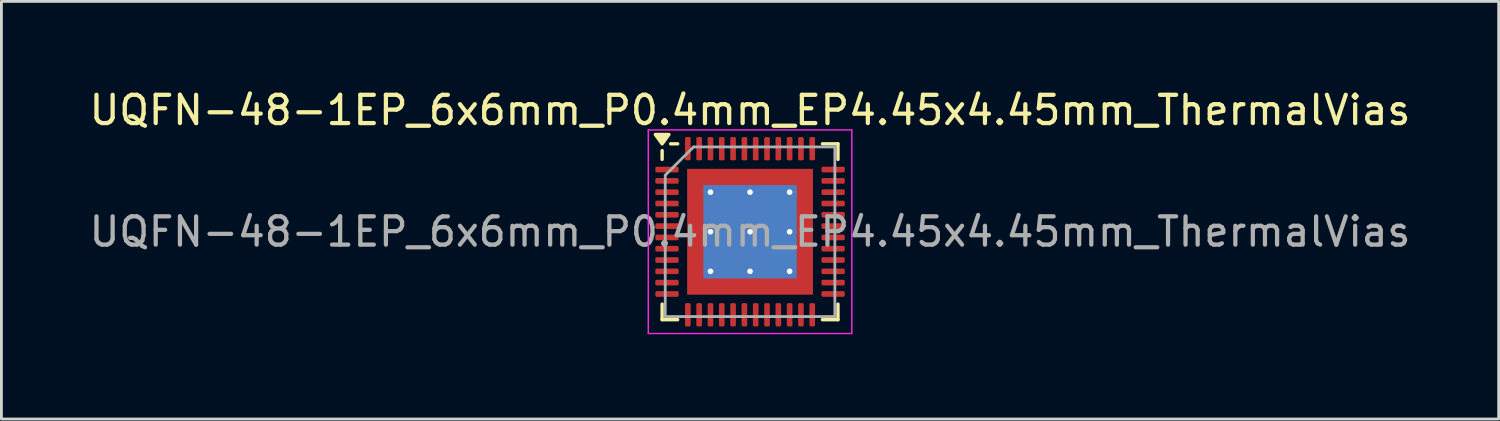
<source format=kicad_pcb>
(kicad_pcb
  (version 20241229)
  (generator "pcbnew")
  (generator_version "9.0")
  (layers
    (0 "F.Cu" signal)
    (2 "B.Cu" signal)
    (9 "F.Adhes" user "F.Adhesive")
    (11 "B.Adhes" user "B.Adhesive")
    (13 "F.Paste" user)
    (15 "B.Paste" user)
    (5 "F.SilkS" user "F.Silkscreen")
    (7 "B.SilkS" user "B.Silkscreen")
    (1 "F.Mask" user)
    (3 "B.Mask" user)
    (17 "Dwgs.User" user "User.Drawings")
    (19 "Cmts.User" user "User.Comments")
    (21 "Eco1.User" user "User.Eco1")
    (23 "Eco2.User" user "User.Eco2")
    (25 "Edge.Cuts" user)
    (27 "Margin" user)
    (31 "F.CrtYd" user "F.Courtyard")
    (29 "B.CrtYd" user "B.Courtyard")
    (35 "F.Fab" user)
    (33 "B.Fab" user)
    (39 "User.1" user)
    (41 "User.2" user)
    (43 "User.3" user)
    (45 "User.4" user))
  (footprint "UQFN-48-1EP_6x6mm_P0.4mm_EP4.45x4.45mm_ThermalVias"
    (layer "F.Cu")
    (at 23.482 5.148)
    (property "Reference" "UQFN-48-1EP_6x6mm_P0.4mm_EP4.45x4.45mm_ThermalVias" (at 0 -4.3 0) (layer "F.SilkS") (effects (font (size 1 1) (thickness 0.15))))
    (attr smd)
    (fp_line (start -3.11 -2.56) (end -3.11 -2.87) (stroke (width 0.12) (type solid)) (layer "F.SilkS"))
    (fp_line (start -3.11 3.11) (end -3.11 2.56) (stroke (width 0.12) (type solid)) (layer "F.SilkS"))
    (fp_line (start -2.56 -3.11) (end -2.81 -3.11) (stroke (width 0.12) (type solid)) (layer "F.SilkS"))
    (fp_line (start -2.56 3.11) (end -3.11 3.11) (stroke (width 0.12) (type solid)) (layer "F.SilkS"))
    (fp_line (start 2.56 -3.11) (end 3.11 -3.11) (stroke (width 0.12) (type solid)) (layer "F.SilkS"))
    (fp_line (start 2.56 3.11) (end 3.11 3.11) (stroke (width 0.12) (type solid)) (layer "F.SilkS"))
    (fp_line (start 3.11 -3.11) (end 3.11 -2.56) (stroke (width 0.12) (type solid)) (layer "F.SilkS"))
    (fp_line (start 3.11 3.11) (end 3.11 2.56) (stroke (width 0.12) (type solid)) (layer "F.SilkS"))
    (fp_poly (pts (xy -3.11 -3.11) (xy -3.35 -3.44) (xy -2.87 -3.44) (xy -3.11 -3.11)) (stroke (width 0.12) (type solid)) (fill yes) (layer "F.SilkS"))
    (fp_line (start -3.6 -3.6) (end -3.6 3.6) (stroke (width 0.05) (type solid)) (layer "F.CrtYd"))
    (fp_line (start -3.6 3.6) (end 3.6 3.6) (stroke (width 0.05) (type solid)) (layer "F.CrtYd"))
    (fp_line (start 3.6 -3.6) (end -3.6 -3.6) (stroke (width 0.05) (type solid)) (layer "F.CrtYd"))
    (fp_line (start 3.6 3.6) (end 3.6 -3.6) (stroke (width 0.05) (type solid)) (layer "F.CrtYd"))
    (fp_line (start -3 -2) (end -2 -3) (stroke (width 0.1) (type solid)) (layer "F.Fab"))
    (fp_line (start -3 3) (end -3 -2) (stroke (width 0.1) (type solid)) (layer "F.Fab"))
    (fp_line (start -2 -3) (end 3 -3) (stroke (width 0.1) (type solid)) (layer "F.Fab"))
    (fp_line (start 3 -3) (end 3 3) (stroke (width 0.1) (type solid)) (layer "F.Fab"))
    (fp_line (start 3 3) (end -3 3) (stroke (width 0.1) (type solid)) (layer "F.Fab"))
    (fp_text user "${REFERENCE}" (at 0 0 0) (layer "F.Fab") (effects (font (size 1 1) (thickness 0.15))))
    (pad "" smd custom (at -1.812 -1.812) (size 0.578 0.578) (layers "F.Paste") (options (anchor circle)) (primitives (gr_poly (pts (xy -0.246 -0.246) (xy 0.246 -0.246) (xy 0.246 0.174) (xy 0.174 0.246) (xy -0.246 0.246)) (width 0.174) (fill yes))))
    (pad "" smd roundrect (at -1.812 -0.7) (size 0.665 1.129) (layers "F.Paste") (roundrect_rratio 0.25))
    (pad "" smd roundrect (at -1.812 0.7) (size 0.665 1.129) (layers "F.Paste") (roundrect_rratio 0.25))
    (pad "" smd custom (at -1.812 1.812) (size 0.578 0.578) (layers "F.Paste") (options (anchor circle)) (primitives (gr_poly (pts (xy -0.246 -0.246) (xy 0.174 -0.246) (xy 0.246 -0.174) (xy 0.246 0.246) (xy -0.246 0.246)) (width 0.174) (fill yes))))
    (pad "" smd roundrect (at -0.7 -1.812) (size 1.129 0.665) (layers "F.Paste") (roundrect_rratio 0.25))
    (pad "" smd roundrect (at -0.7 -0.7) (size 1.129 1.129) (layers "F.Paste") (roundrect_rratio 0.221))
    (pad "" smd roundrect (at -0.7 0.7) (size 1.129 1.129) (layers "F.Paste") (roundrect_rratio 0.221))
    (pad "" smd roundrect (at -0.7 1.812) (size 1.129 0.665) (layers "F.Paste") (roundrect_rratio 0.25))
    (pad "" smd roundrect (at 0.7 -1.812) (size 1.129 0.665) (layers "F.Paste") (roundrect_rratio 0.25))
    (pad "" smd roundrect (at 0.7 -0.7) (size 1.129 1.129) (layers "F.Paste") (roundrect_rratio 0.221))
    (pad "" smd roundrect (at 0.7 0.7) (size 1.129 1.129) (layers "F.Paste") (roundrect_rratio 0.221))
    (pad "" smd roundrect (at 0.7 1.812) (size 1.129 0.665) (layers "F.Paste") (roundrect_rratio 0.25))
    (pad "" smd custom (at 1.812 -1.812) (size 0.578 0.578) (layers "F.Paste") (options (anchor circle)) (primitives (gr_poly (pts (xy -0.246 -0.246) (xy 0.246 -0.246) (xy 0.246 0.246) (xy -0.174 0.246) (xy -0.246 0.174)) (width 0.174) (fill yes))))
    (pad "" smd roundrect (at 1.812 -0.7) (size 0.665 1.129) (layers "F.Paste") (roundrect_rratio 0.25))
    (pad "" smd roundrect (at 1.812 0.7) (size 0.665 1.129) (layers "F.Paste") (roundrect_rratio 0.25))
    (pad "" smd custom (at 1.812 1.812) (size 0.578 0.578) (layers "F.Paste") (options (anchor circle)) (primitives (gr_poly (pts (xy -0.246 -0.174) (xy -0.174 -0.246) (xy 0.246 -0.246) (xy 0.246 0.246) (xy -0.246 0.246)) (width 0.174) (fill yes))))
    (pad "1" smd roundrect (at -2.938 -2.2) (size 0.825 0.2) (layers "F.Cu" "F.Mask" "F.Paste") (roundrect_rratio 0.25))
    (pad "2" smd roundrect (at -2.938 -1.8) (size 0.825 0.2) (layers "F.Cu" "F.Mask" "F.Paste") (roundrect_rratio 0.25))
    (pad "3" smd roundrect (at -2.938 -1.4) (size 0.825 0.2) (layers "F.Cu" "F.Mask" "F.Paste") (roundrect_rratio 0.25))
    (pad "4" smd roundrect (at -2.938 -1) (size 0.825 0.2) (layers "F.Cu" "F.Mask" "F.Paste") (roundrect_rratio 0.25))
    (pad "5" smd roundrect (at -2.938 -0.6) (size 0.825 0.2) (layers "F.Cu" "F.Mask" "F.Paste") (roundrect_rratio 0.25))
    (pad "6" smd roundrect (at -2.938 -0.2) (size 0.825 0.2) (layers "F.Cu" "F.Mask" "F.Paste") (roundrect_rratio 0.25))
    (pad "7" smd roundrect (at -2.938 0.2) (size 0.825 0.2) (layers "F.Cu" "F.Mask" "F.Paste") (roundrect_rratio 0.25))
    (pad "8" smd roundrect (at -2.938 0.6) (size 0.825 0.2) (layers "F.Cu" "F.Mask" "F.Paste") (roundrect_rratio 0.25))
    (pad "9" smd roundrect (at -2.938 1) (size 0.825 0.2) (layers "F.Cu" "F.Mask" "F.Paste") (roundrect_rratio 0.25))
    (pad "10" smd roundrect (at -2.938 1.4) (size 0.825 0.2) (layers "F.Cu" "F.Mask" "F.Paste") (roundrect_rratio 0.25))
    (pad "11" smd roundrect (at -2.938 1.8) (size 0.825 0.2) (layers "F.Cu" "F.Mask" "F.Paste") (roundrect_rratio 0.25))
    (pad "12" smd roundrect (at -2.938 2.2) (size 0.825 0.2) (layers "F.Cu" "F.Mask" "F.Paste") (roundrect_rratio 0.25))
    (pad "13" smd roundrect (at -2.2 2.938) (size 0.2 0.825) (layers "F.Cu" "F.Mask" "F.Paste") (roundrect_rratio 0.25))
    (pad "14" smd roundrect (at -1.8 2.938) (size 0.2 0.825) (layers "F.Cu" "F.Mask" "F.Paste") (roundrect_rratio 0.25))
    (pad "15" smd roundrect (at -1.4 2.938) (size 0.2 0.825) (layers "F.Cu" "F.Mask" "F.Paste") (roundrect_rratio 0.25))
    (pad "16" smd roundrect (at -1 2.938) (size 0.2 0.825) (layers "F.Cu" "F.Mask" "F.Paste") (roundrect_rratio 0.25))
    (pad "17" smd roundrect (at -0.6 2.938) (size 0.2 0.825) (layers "F.Cu" "F.Mask" "F.Paste") (roundrect_rratio 0.25))
    (pad "18" smd roundrect (at -0.2 2.938) (size 0.2 0.825) (layers "F.Cu" "F.Mask" "F.Paste") (roundrect_rratio 0.25))
    (pad "19" smd roundrect (at 0.2 2.938) (size 0.2 0.825) (layers "F.Cu" "F.Mask" "F.Paste") (roundrect_rratio 0.25))
    (pad "20" smd roundrect (at 0.6 2.938) (size 0.2 0.825) (layers "F.Cu" "F.Mask" "F.Paste") (roundrect_rratio 0.25))
    (pad "21" smd roundrect (at 1 2.938) (size 0.2 0.825) (layers "F.Cu" "F.Mask" "F.Paste") (roundrect_rratio 0.25))
    (pad "22" smd roundrect (at 1.4 2.938) (size 0.2 0.825) (layers "F.Cu" "F.Mask" "F.Paste") (roundrect_rratio 0.25))
    (pad "23" smd roundrect (at 1.8 2.938) (size 0.2 0.825) (layers "F.Cu" "F.Mask" "F.Paste") (roundrect_rratio 0.25))
    (pad "24" smd roundrect (at 2.2 2.938) (size 0.2 0.825) (layers "F.Cu" "F.Mask" "F.Paste") (roundrect_rratio 0.25))
    (pad "25" smd roundrect (at 2.938 2.2) (size 0.825 0.2) (layers "F.Cu" "F.Mask" "F.Paste") (roundrect_rratio 0.25))
    (pad "26" smd roundrect (at 2.938 1.8) (size 0.825 0.2) (layers "F.Cu" "F.Mask" "F.Paste") (roundrect_rratio 0.25))
    (pad "27" smd roundrect (at 2.938 1.4) (size 0.825 0.2) (layers "F.Cu" "F.Mask" "F.Paste") (roundrect_rratio 0.25))
    (pad "28" smd roundrect (at 2.938 1) (size 0.825 0.2) (layers "F.Cu" "F.Mask" "F.Paste") (roundrect_rratio 0.25))
    (pad "29" smd roundrect (at 2.938 0.6) (size 0.825 0.2) (layers "F.Cu" "F.Mask" "F.Paste") (roundrect_rratio 0.25))
    (pad "30" smd roundrect (at 2.938 0.2) (size 0.825 0.2) (layers "F.Cu" "F.Mask" "F.Paste") (roundrect_rratio 0.25))
    (pad "31" smd roundrect (at 2.938 -0.2) (size 0.825 0.2) (layers "F.Cu" "F.Mask" "F.Paste") (roundrect_rratio 0.25))
    (pad "32" smd roundrect (at 2.938 -0.6) (size 0.825 0.2) (layers "F.Cu" "F.Mask" "F.Paste") (roundrect_rratio 0.25))
    (pad "33" smd roundrect (at 2.938 -1) (size 0.825 0.2) (layers "F.Cu" "F.Mask" "F.Paste") (roundrect_rratio 0.25))
    (pad "34" smd roundrect (at 2.938 -1.4) (size 0.825 0.2) (layers "F.Cu" "F.Mask" "F.Paste") (roundrect_rratio 0.25))
    (pad "35" smd roundrect (at 2.938 -1.8) (size 0.825 0.2) (layers "F.Cu" "F.Mask" "F.Paste") (roundrect_rratio 0.25))
    (pad "36" smd roundrect (at 2.938 -2.2) (size 0.825 0.2) (layers "F.Cu" "F.Mask" "F.Paste") (roundrect_rratio 0.25))
    (pad "37" smd roundrect (at 2.2 -2.938) (size 0.2 0.825) (layers "F.Cu" "F.Mask" "F.Paste") (roundrect_rratio 0.25))
    (pad "38" smd roundrect (at 1.8 -2.938) (size 0.2 0.825) (layers "F.Cu" "F.Mask" "F.Paste") (roundrect_rratio 0.25))
    (pad "39" smd roundrect (at 1.4 -2.938) (size 0.2 0.825) (layers "F.Cu" "F.Mask" "F.Paste") (roundrect_rratio 0.25))
    (pad "40" smd roundrect (at 1 -2.938) (size 0.2 0.825) (layers "F.Cu" "F.Mask" "F.Paste") (roundrect_rratio 0.25))
    (pad "41" smd roundrect (at 0.6 -2.938) (size 0.2 0.825) (layers "F.Cu" "F.Mask" "F.Paste") (roundrect_rratio 0.25))
    (pad "42" smd roundrect (at 0.2 -2.938) (size 0.2 0.825) (layers "F.Cu" "F.Mask" "F.Paste") (roundrect_rratio 0.25))
    (pad "43" smd roundrect (at -0.2 -2.938) (size 0.2 0.825) (layers "F.Cu" "F.Mask" "F.Paste") (roundrect_rratio 0.25))
    (pad "44" smd roundrect (at -0.6 -2.938) (size 0.2 0.825) (layers "F.Cu" "F.Mask" "F.Paste") (roundrect_rratio 0.25))
    (pad "45" smd roundrect (at -1 -2.938) (size 0.2 0.825) (layers "F.Cu" "F.Mask" "F.Paste") (roundrect_rratio 0.25))
    (pad "46" smd roundrect (at -1.4 -2.938) (size 0.2 0.825) (layers "F.Cu" "F.Mask" "F.Paste") (roundrect_rratio 0.25))
    (pad "47" smd roundrect (at -1.8 -2.938) (size 0.2 0.825) (layers "F.Cu" "F.Mask" "F.Paste") (roundrect_rratio 0.25))
    (pad "48" smd roundrect (at -2.2 -2.938) (size 0.2 0.825) (layers "F.Cu" "F.Mask" "F.Paste") (roundrect_rratio 0.25))
    (pad "49" thru_hole circle (at -1.4 -1.4) (size 0.5 0.5) (drill 0.2) (property pad_prop_heatsink) (layers "*.Cu"))
    (pad "49" thru_hole circle (at -1.4 0) (size 0.5 0.5) (drill 0.2) (property pad_prop_heatsink) (layers "*.Cu"))
    (pad "49" thru_hole circle (at -1.4 1.4) (size 0.5 0.5) (drill 0.2) (property pad_prop_heatsink) (layers "*.Cu"))
    (pad "49" thru_hole circle (at 0 -1.4) (size 0.5 0.5) (drill 0.2) (property pad_prop_heatsink) (layers "*.Cu"))
    (pad "49" thru_hole circle (at 0 0) (size 0.5 0.5) (drill 0.2) (property pad_prop_heatsink) (layers "*.Cu"))
    (pad "49" smd rect (at 0 0) (size 3.3 3.3) (property pad_prop_heatsink) (layers "B.Cu"))
    (pad "49" smd rect (at 0 0) (size 4.45 4.45) (property pad_prop_heatsink) (layers "F.Cu" "F.Mask"))
    (pad "49" thru_hole circle (at 0 1.4) (size 0.5 0.5) (drill 0.2) (property pad_prop_heatsink) (layers "*.Cu"))
    (pad "49" thru_hole circle (at 1.4 -1.4) (size 0.5 0.5) (drill 0.2) (property pad_prop_heatsink) (layers "*.Cu"))
    (pad "49" thru_hole circle (at 1.4 0) (size 0.5 0.5) (drill 0.2) (property pad_prop_heatsink) (layers "*.Cu"))
    (pad "49" thru_hole circle (at 1.4 1.4) (size 0.5 0.5) (drill 0.2) (property pad_prop_heatsink) (layers "*.Cu")))
  (gr_rect
    (start -3 -3)
    (end 49.964 11.773)
    (stroke (width 0.1) (type default))
    (fill no)
    (layer "Edge.Cuts")))
</source>
